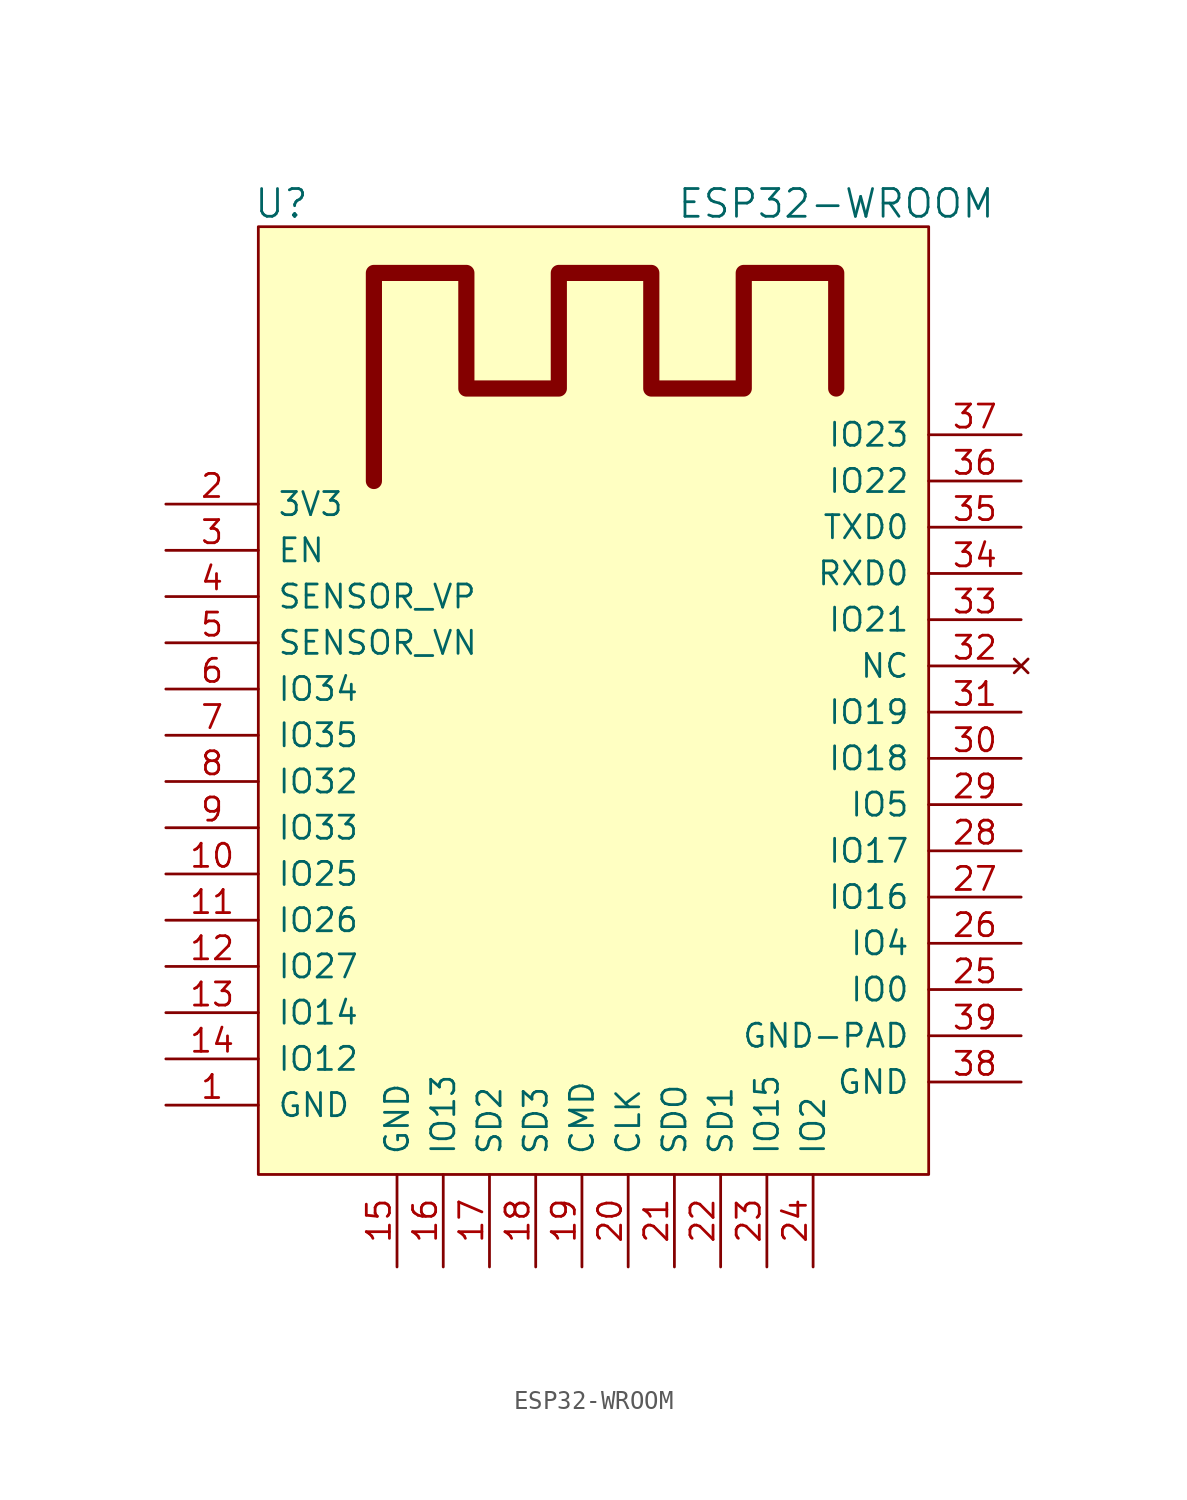
<source format=kicad_sym>
(kicad_symbol_lib
  (version 20201005)
  (generator kicad_symbol_editor)
  (symbol "ESP32-WROOM"
    (pin_names
      (offset 1.016))
    (property "Reference" "U"
      (at -17.78 31.75 0)
      (effects (font (size 1.524 1.524))))
    (property "Value" "ESP32-WROOM"
      (at 12.7 31.75 0)
      (effects (font (size 1.524 1.524))))
    (symbol "ESP32-WROOM_0_1"
      (rectangle (start -19.05 30.48) (end 17.78 -21.59) (stroke (width 0)) (fill (type background)))
      (polyline (pts (xy -12.7 16.51) (xy -12.7 27.94) (xy -7.62 27.94) (xy -7.62 21.59) (xy -2.54 21.59) (xy -2.54 27.94) (xy 2.54 27.94) (xy 2.54 21.59) (xy 7.62 21.59) (xy 7.62 27.94) (xy 12.7 27.94) (xy 12.7 21.59)) (stroke (width 0.889)) (fill (type none))))
    (symbol "ESP32-WROOM_1_1"
      (pin power_out line (at -24.13 -17.78 0) (length 5.08) (name "GND" (effects (font (size 1.27 1.27)))) (number "1" (effects (font (size 1.27 1.27)))))
      (pin power_in line (at -24.13 15.24 0) (length 5.08) (name "3V3" (effects (font (size 1.27 1.27)))) (number "2" (effects (font (size 1.27 1.27)))))
      (pin input line (at -24.13 12.7 0) (length 5.08) (name "EN" (effects (font (size 1.27 1.27)))) (number "3" (effects (font (size 1.27 1.27)))))
      (pin input line (at -24.13 10.16 0) (length 5.08) (name "SENSOR_VP" (effects (font (size 1.27 1.27)))) (number "4" (effects (font (size 1.27 1.27)))))
      (pin input line (at -24.13 7.62 0) (length 5.08) (name "SENSOR_VN" (effects (font (size 1.27 1.27)))) (number "5" (effects (font (size 1.27 1.27)))))
      (pin bidirectional line (at -24.13 5.08 0) (length 5.08) (name "IO34" (effects (font (size 1.27 1.27)))) (number "6" (effects (font (size 1.27 1.27)))))
      (pin bidirectional line (at -24.13 2.54 0) (length 5.08) (name "IO35" (effects (font (size 1.27 1.27)))) (number "7" (effects (font (size 1.27 1.27)))))
      (pin bidirectional line (at -24.13 0 0) (length 5.08) (name "IO32" (effects (font (size 1.27 1.27)))) (number "8" (effects (font (size 1.27 1.27)))))
      (pin bidirectional line (at -24.13 -2.54 0) (length 5.08) (name "IO33" (effects (font (size 1.27 1.27)))) (number "9" (effects (font (size 1.27 1.27)))))
      (pin bidirectional line (at -24.13 -5.08 0) (length 5.08) (name "IO25" (effects (font (size 1.27 1.27)))) (number "10" (effects (font (size 1.27 1.27)))))
      (pin input line (at 1.27 -26.67 90) (length 5.08) (name "CLK" (effects (font (size 1.27 1.27)))) (number "20" (effects (font (size 1.27 1.27)))))
      (pin input line (at 22.86 1.27 180) (length 5.08) (name "IO18" (effects (font (size 1.27 1.27)))) (number "30" (effects (font (size 1.27 1.27)))))
      (pin bidirectional line (at -24.13 -7.62 0) (length 5.08) (name "IO26" (effects (font (size 1.27 1.27)))) (number "11" (effects (font (size 1.27 1.27)))))
      (pin bidirectional line (at 3.81 -26.67 90) (length 5.08) (name "SDO" (effects (font (size 1.27 1.27)))) (number "21" (effects (font (size 1.27 1.27)))))
      (pin bidirectional line (at 22.86 3.81 180) (length 5.08) (name "IO19" (effects (font (size 1.27 1.27)))) (number "31" (effects (font (size 1.27 1.27)))))
      (pin bidirectional line (at -24.13 -10.16 0) (length 5.08) (name "IO27" (effects (font (size 1.27 1.27)))) (number "12" (effects (font (size 1.27 1.27)))))
      (pin bidirectional line (at 6.35 -26.67 90) (length 5.08) (name "SD1" (effects (font (size 1.27 1.27)))) (number "22" (effects (font (size 1.27 1.27)))))
      (pin no_connect line (at 22.86 6.35 180) (length 5.08) (name "NC" (effects (font (size 1.27 1.27)))) (number "32" (effects (font (size 1.27 1.27)))))
      (pin bidirectional line (at -24.13 -12.7 0) (length 5.08) (name "IO14" (effects (font (size 1.27 1.27)))) (number "13" (effects (font (size 1.27 1.27)))))
      (pin bidirectional line (at 8.89 -26.67 90) (length 5.08) (name "IO15" (effects (font (size 1.27 1.27)))) (number "23" (effects (font (size 1.27 1.27)))))
      (pin bidirectional line (at 22.86 8.89 180) (length 5.08) (name "IO21" (effects (font (size 1.27 1.27)))) (number "33" (effects (font (size 1.27 1.27)))))
      (pin bidirectional line (at -24.13 -15.24 0) (length 5.08) (name "IO12" (effects (font (size 1.27 1.27)))) (number "14" (effects (font (size 1.27 1.27)))))
      (pin bidirectional line (at 11.43 -26.67 90) (length 5.08) (name "IO2" (effects (font (size 1.27 1.27)))) (number "24" (effects (font (size 1.27 1.27)))))
      (pin bidirectional line (at 22.86 11.43 180) (length 5.08) (name "RXD0" (effects (font (size 1.27 1.27)))) (number "34" (effects (font (size 1.27 1.27)))))
      (pin power_in line (at -11.43 -26.67 90) (length 5.08) (name "GND" (effects (font (size 1.27 1.27)))) (number "15" (effects (font (size 1.27 1.27)))))
      (pin bidirectional line (at 22.86 -11.43 180) (length 5.08) (name "IO0" (effects (font (size 1.27 1.27)))) (number "25" (effects (font (size 1.27 1.27)))))
      (pin bidirectional line (at 22.86 13.97 180) (length 5.08) (name "TXD0" (effects (font (size 1.27 1.27)))) (number "35" (effects (font (size 1.27 1.27)))))
      (pin bidirectional line (at -8.89 -26.67 90) (length 5.08) (name "IO13" (effects (font (size 1.27 1.27)))) (number "16" (effects (font (size 1.27 1.27)))))
      (pin input line (at 22.86 -8.89 180) (length 5.08) (name "IO4" (effects (font (size 1.27 1.27)))) (number "26" (effects (font (size 1.27 1.27)))))
      (pin bidirectional line (at 22.86 16.51 180) (length 5.08) (name "IO22" (effects (font (size 1.27 1.27)))) (number "36" (effects (font (size 1.27 1.27)))))
      (pin bidirectional line (at -6.35 -26.67 90) (length 5.08) (name "SD2" (effects (font (size 1.27 1.27)))) (number "17" (effects (font (size 1.27 1.27)))))
      (pin bidirectional line (at 22.86 -6.35 180) (length 5.08) (name "IO16" (effects (font (size 1.27 1.27)))) (number "27" (effects (font (size 1.27 1.27)))))
      (pin bidirectional line (at 22.86 19.05 180) (length 5.08) (name "IO23" (effects (font (size 1.27 1.27)))) (number "37" (effects (font (size 1.27 1.27)))))
      (pin bidirectional line (at -3.81 -26.67 90) (length 5.08) (name "SD3" (effects (font (size 1.27 1.27)))) (number "18" (effects (font (size 1.27 1.27)))))
      (pin bidirectional line (at 22.86 -3.81 180) (length 5.08) (name "IO17" (effects (font (size 1.27 1.27)))) (number "28" (effects (font (size 1.27 1.27)))))
      (pin power_in line (at 22.86 -16.51 180) (length 5.08) (name "GND" (effects (font (size 1.27 1.27)))) (number "38" (effects (font (size 1.27 1.27)))))
      (pin bidirectional line (at -1.27 -26.67 90) (length 5.08) (name "CMD" (effects (font (size 1.27 1.27)))) (number "19" (effects (font (size 1.27 1.27)))))
      (pin bidirectional line (at 22.86 -1.27 180) (length 5.08) (name "IO5" (effects (font (size 1.27 1.27)))) (number "29" (effects (font (size 1.27 1.27)))))
      (pin power_in line (at 22.86 -13.97 180) (length 5.08) (name "GND-PAD" (effects (font (size 1.27 1.27)))) (number "39" (effects (font (size 1.27 1.27))))))))
</source>
